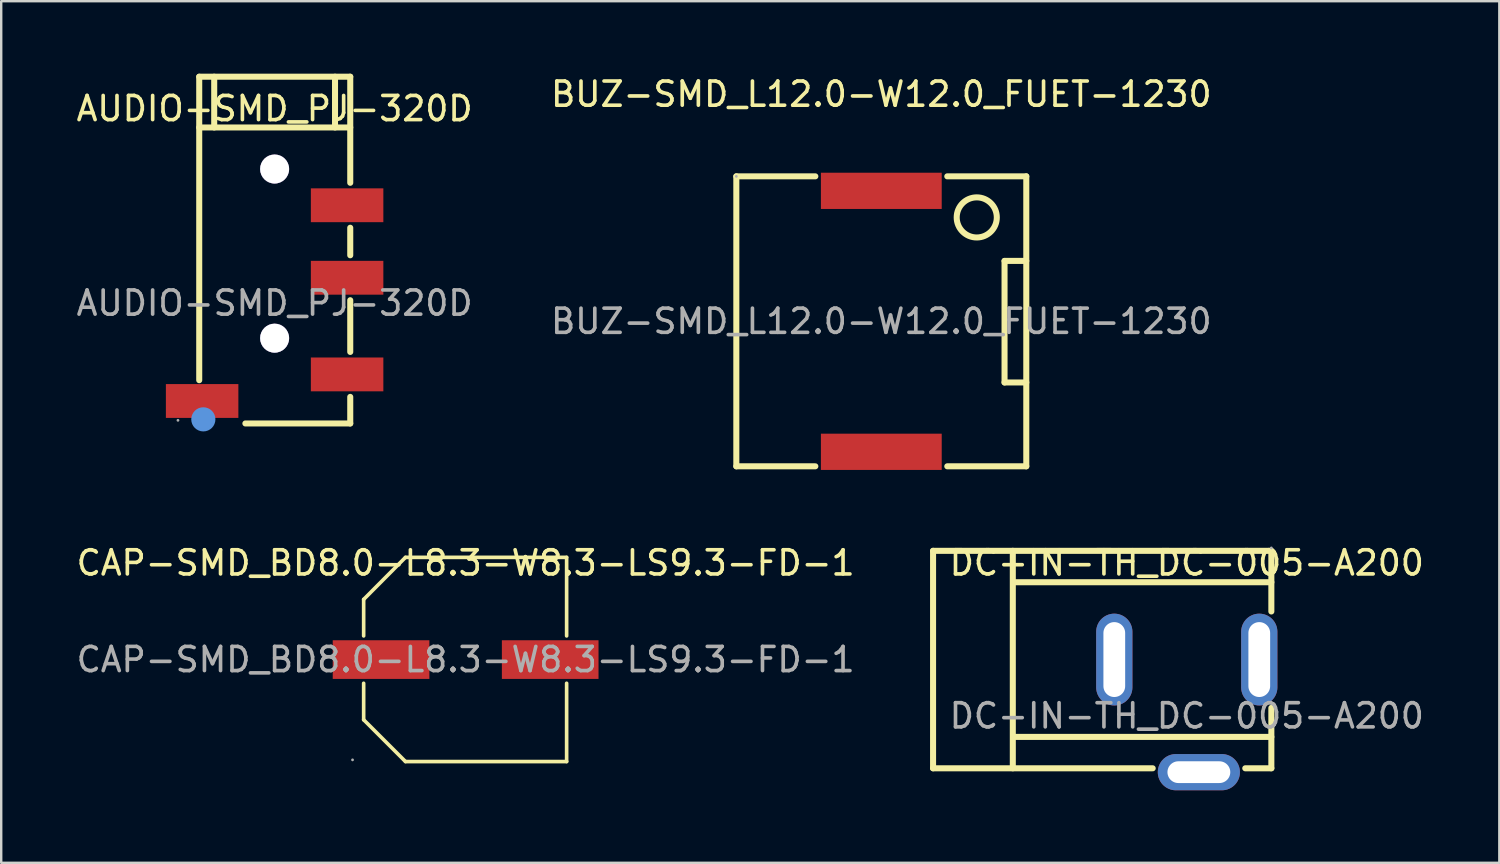
<source format=kicad_pcb>
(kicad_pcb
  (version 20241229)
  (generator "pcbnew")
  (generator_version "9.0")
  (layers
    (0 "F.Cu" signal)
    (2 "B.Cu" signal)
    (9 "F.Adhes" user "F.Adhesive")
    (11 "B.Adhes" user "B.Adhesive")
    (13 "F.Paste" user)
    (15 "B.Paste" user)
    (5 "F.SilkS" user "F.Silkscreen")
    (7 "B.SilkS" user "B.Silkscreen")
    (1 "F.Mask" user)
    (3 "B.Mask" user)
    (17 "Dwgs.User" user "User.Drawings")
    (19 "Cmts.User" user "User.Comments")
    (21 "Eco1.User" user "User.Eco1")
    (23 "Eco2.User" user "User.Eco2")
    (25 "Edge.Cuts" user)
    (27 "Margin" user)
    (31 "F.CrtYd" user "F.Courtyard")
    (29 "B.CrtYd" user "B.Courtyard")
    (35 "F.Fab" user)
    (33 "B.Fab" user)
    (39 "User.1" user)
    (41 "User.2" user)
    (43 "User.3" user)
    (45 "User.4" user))
  (footprint "CAP-SMD_BD8.0-L8.3-W8.3-LS9.3-FD-1"
    (layer "F.Cu")
    (at 16.22 24.247)
    (property "Reference" "CAP-SMD_BD8.0-L8.3-W8.3-LS9.3-FD-1" (at 0 -4 0) (layer "F.SilkS") (effects (font (size 1 1) (thickness 0.15))))
    (attr smd)
    (fp_line (start -4.22 -0.98) (end -4.22 -2.49) (stroke (width 0.15) (type solid)) (layer "F.SilkS"))
    (fp_line (start -4.22 2.49) (end -4.22 0.98) (stroke (width 0.15) (type solid)) (layer "F.SilkS"))
    (fp_line (start -2.49 -4.23) (end -4.22 -2.49) (stroke (width 0.15) (type solid)) (layer "F.SilkS"))
    (fp_line (start -2.49 4.22) (end -4.22 2.49) (stroke (width 0.15) (type solid)) (layer "F.SilkS"))
    (fp_line (start 4.18 -4.23) (end -2.49 -4.23) (stroke (width 0.15) (type solid)) (layer "F.SilkS"))
    (fp_line (start 4.18 -4.23) (end 4.18 -0.98) (stroke (width 0.15) (type solid)) (layer "F.SilkS"))
    (fp_line (start 4.18 0.98) (end 4.18 4.22) (stroke (width 0.15) (type solid)) (layer "F.SilkS"))
    (fp_line (start 4.18 4.22) (end -2.49 4.22) (stroke (width 0.15) (type solid)) (layer "F.SilkS"))
    (fp_circle (center -4.68 4.15) (end -4.65 4.15) (stroke (width 0.06) (type solid)) (fill no) (layer "F.Fab"))
    (fp_text user "${REFERENCE}" (at 0 0 0) (layer "F.Fab") (effects (font (size 1 1) (thickness 0.15))))
    (pad "1" smd rect (at -3.5 0) (size 4 1.6) (layers "F.Cu" "F.Mask" "F.Paste"))
    (pad "2" smd rect (at 3.5 0) (size 4 1.6) (layers "F.Cu" "F.Mask" "F.Paste")))
  (footprint "AUDIO-SMD_PJ-320D"
    (layer "F.Cu")
    (at 8.315 9.495)
    (property "Reference" "AUDIO-SMD_PJ-320D" (at 0 -8.05 0) (layer "F.SilkS") (effects (font (size 1 1) (thickness 0.15))))
    (attr smd)
    (fp_line (start -3.12 -9.37) (end -3.12 3.19) (stroke (width 0.25) (type solid)) (layer "F.SilkS"))
    (fp_line (start -3.12 -9.37) (end 3.13 -9.37) (stroke (width 0.25) (type solid)) (layer "F.SilkS"))
    (fp_line (start -2.5 -9.37) (end -2.5 -7.27) (stroke (width 0.25) (type solid)) (layer "F.SilkS"))
    (fp_line (start 2.5 -7.27) (end 2.5 -9.37) (stroke (width 0.25) (type solid)) (layer "F.SilkS"))
    (fp_line (start 3.13 -9.37) (end 3.13 -4.98) (stroke (width 0.25) (type solid)) (layer "F.SilkS"))
    (fp_line (start 3.13 -7.27) (end -3.12 -7.27) (stroke (width 0.25) (type solid)) (layer "F.SilkS"))
    (fp_line (start 3.13 -3.12) (end 3.13 -1.98) (stroke (width 0.25) (type solid)) (layer "F.SilkS"))
    (fp_line (start 3.13 -0.12) (end 3.13 2.02) (stroke (width 0.25) (type solid)) (layer "F.SilkS"))
    (fp_line (start 3.13 3.88) (end 3.13 4.98) (stroke (width 0.25) (type solid)) (layer "F.SilkS"))
    (fp_line (start 3.13 4.98) (end -1.21 4.98) (stroke (width 0.25) (type solid)) (layer "F.SilkS"))
    (fp_circle (center -2.95 4.81) (end -2.7 4.81) (stroke (width 0.5) (type solid)) (fill no) (layer "Cmts.User"))
    (fp_circle (center 0 -5.55) (end 0.2 -5.55) (stroke (width 0.4) (type solid)) (fill no) (layer "Cmts.User"))
    (fp_circle (center 0 1.45) (end 0.2 1.45) (stroke (width 0.4) (type solid)) (fill no) (layer "Cmts.User"))
    (fp_circle (center -4 4.85) (end -3.97 4.85) (stroke (width 0.06) (type solid)) (fill no) (layer "F.Fab"))
    (fp_text user "${REFERENCE}" (at 0 0 0) (layer "F.Fab") (effects (font (size 1 1) (thickness 0.15))))
    (pad "" thru_hole circle (at 0 -5.55) (size 1.2 1.2) (drill 1.2) (layers "*.Cu" "*.Mask"))
    (pad "" thru_hole circle (at 0 1.45) (size 1.2 1.2) (drill 1.2) (layers "*.Cu" "*.Mask"))
    (pad "1" smd rect (at -3 4.05) (size 3 1.4) (layers "F.Cu" "F.Mask" "F.Paste"))
    (pad "2" smd rect (at 3 -4.05) (size 3 1.4) (layers "F.Cu" "F.Mask" "F.Paste"))
    (pad "3" smd rect (at 3 -1.05) (size 3 1.4) (layers "F.Cu" "F.Mask" "F.Paste"))
    (pad "4" smd rect (at 3 2.95) (size 3 1.4) (layers "F.Cu" "F.Mask" "F.Paste")))
  (footprint "BUZ-SMD_L12.0-W12.0_FUET-1230"
    (layer "F.Cu")
    (at 33.423 10.248)
    (property "Reference" "BUZ-SMD_L12.0-W12.0_FUET-1230" (at 0 -9.4 0) (layer "F.SilkS") (effects (font (size 1 1) (thickness 0.15))))
    (attr smd)
    (fp_line (start -6 -6) (end -6 6) (stroke (width 0.25) (type solid)) (layer "F.SilkS"))
    (fp_line (start -6 6) (end -2.73 6) (stroke (width 0.25) (type solid)) (layer "F.SilkS"))
    (fp_line (start -2.73 -6) (end -6 -6) (stroke (width 0.25) (type solid)) (layer "F.SilkS"))
    (fp_line (start 2.73 6) (end 6 6) (stroke (width 0.25) (type solid)) (layer "F.SilkS"))
    (fp_line (start 5.1 -2.5) (end 6 -2.5) (stroke (width 0.25) (type solid)) (layer "F.SilkS"))
    (fp_line (start 5.1 2.53) (end 5.1 -2.5) (stroke (width 0.25) (type solid)) (layer "F.SilkS"))
    (fp_line (start 6 -6) (end 2.73 -6) (stroke (width 0.25) (type solid)) (layer "F.SilkS"))
    (fp_line (start 6 2.53) (end 5.1 2.53) (stroke (width 0.25) (type solid)) (layer "F.SilkS"))
    (fp_line (start 6 6) (end 6 -6) (stroke (width 0.25) (type solid)) (layer "F.SilkS"))
    (fp_circle (center 3.95 -4.3) (end 4.78 -4.3) (stroke (width 0.25) (type solid)) (fill no) (layer "F.SilkS"))
    (fp_circle (center -6 -6) (end -5.97 -6) (stroke (width 0.06) (type solid)) (fill no) (layer "F.Fab"))
    (fp_text user "${REFERENCE}" (at 0 0 0) (layer "F.Fab") (effects (font (size 1 1) (thickness 0.15))))
    (pad "1" smd rect (at 0 -5.4 90) (size 1.5 5) (layers "F.Cu" "F.Mask" "F.Paste"))
    (pad "2" smd rect (at 0 5.4 90) (size 1.5 5) (layers "F.Cu" "F.Mask" "F.Paste")))
  (footprint "DC-IN-TH_DC-005-A200"
    (layer "F.Cu")
    (at 46.065 26.576)
    (property "Reference" "DC-IN-TH_DC-005-A200" (at 0 -6.33 0) (layer "F.SilkS") (effects (font (size 1 1) (thickness 0.15))))
    (attr through_hole)
    (fp_line (start -10.5 -6.83) (end 3.5 -6.83) (stroke (width 0.25) (type solid)) (layer "F.SilkS"))
    (fp_line (start -10.5 2.17) (end -10.5 -6.83) (stroke (width 0.25) (type solid)) (layer "F.SilkS"))
    (fp_line (start -7.2 2.17) (end -7.2 -6.83) (stroke (width 0.25) (type solid)) (layer "F.SilkS"))
    (fp_line (start -7.12 -5.53) (end 3.5 -5.53) (stroke (width 0.25) (type solid)) (layer "F.SilkS"))
    (fp_line (start -7.12 0.87) (end 3.5 0.87) (stroke (width 0.25) (type solid)) (layer "F.SilkS"))
    (fp_line (start -1.41 2.17) (end -10.5 2.17) (stroke (width 0.25) (type solid)) (layer "F.SilkS"))
    (fp_line (start 3.5 -6.83) (end 3.5 -4.32) (stroke (width 0.25) (type solid)) (layer "F.SilkS"))
    (fp_line (start 3.5 -0.33) (end 3.5 2.17) (stroke (width 0.25) (type solid)) (layer "F.SilkS"))
    (fp_line (start 3.5 2.17) (end 2.42 2.17) (stroke (width 0.25) (type solid)) (layer "F.SilkS"))
    (fp_circle (center 3.5 -6.95) (end 3.53 -6.95) (stroke (width 0.06) (type solid)) (fill no) (layer "F.Fab"))
    (fp_text user "${REFERENCE}" (at 0 0 0) (layer "F.Fab") (effects (font (size 1 1) (thickness 0.15))))
    (pad "1" thru_hole oval (at 3 -2.33) (size 1.5 3.8) (drill oval 0.9 3.1) (layers "*.Cu" "*.Mask"))
    (pad "2" thru_hole oval (at -3 -2.33 180) (size 1.5 3.8) (drill oval 0.9 3.1) (layers "*.Cu" "*.Mask"))
    (pad "3" thru_hole oval (at 0.5 2.33 270) (size 1.5 3.4) (drill oval 0.9 2.6) (layers "*.Cu" "*.Mask")))
  (gr_rect
    (start -3 -3)
    (end 59 32.657)
    (stroke (width 0.1) (type default))
    (fill no)
    (layer "Edge.Cuts")))
</source>
